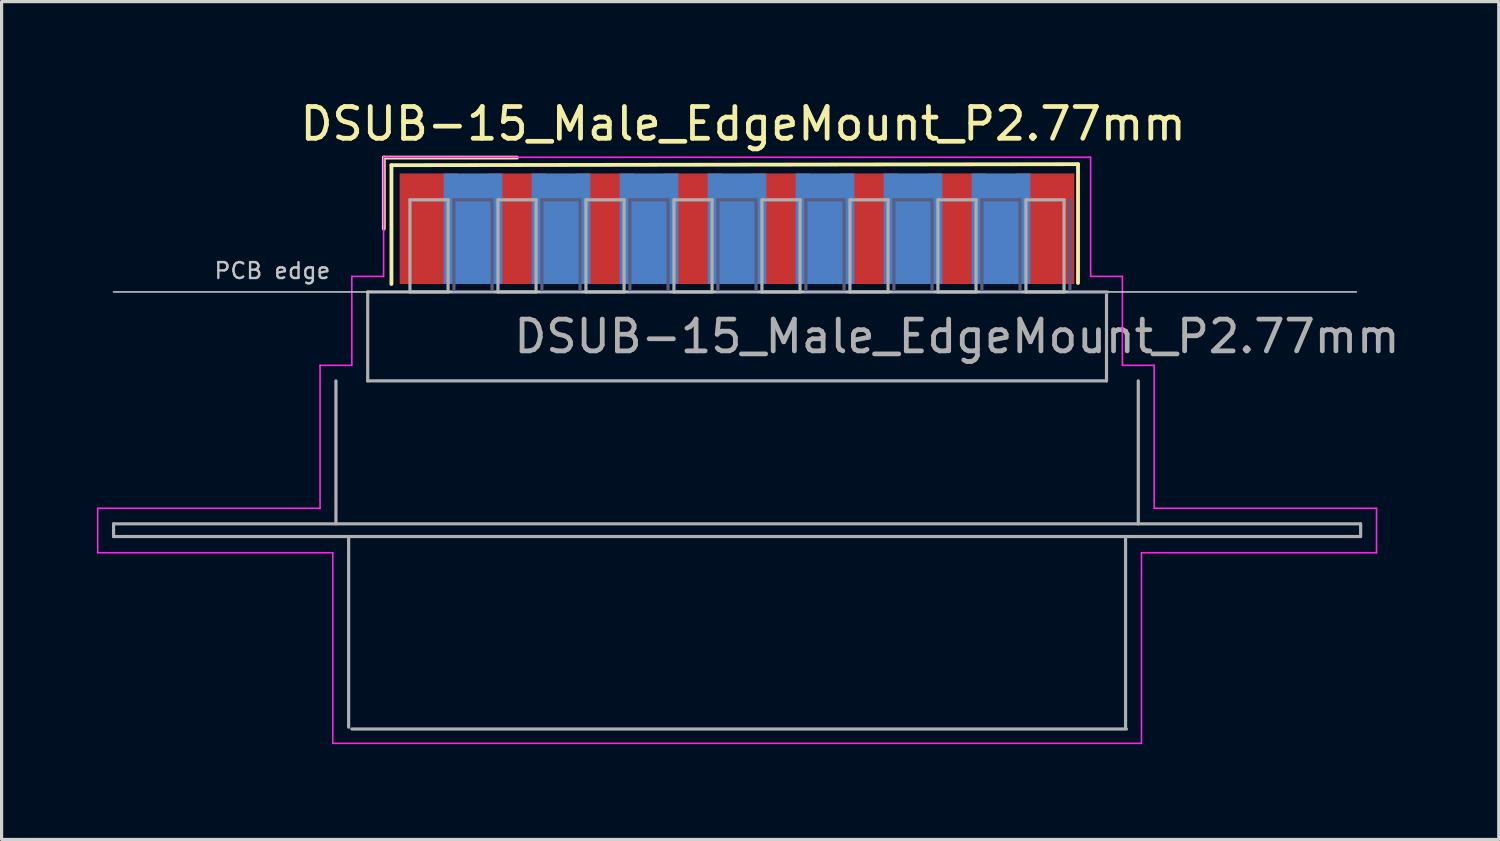
<source format=kicad_pcb>
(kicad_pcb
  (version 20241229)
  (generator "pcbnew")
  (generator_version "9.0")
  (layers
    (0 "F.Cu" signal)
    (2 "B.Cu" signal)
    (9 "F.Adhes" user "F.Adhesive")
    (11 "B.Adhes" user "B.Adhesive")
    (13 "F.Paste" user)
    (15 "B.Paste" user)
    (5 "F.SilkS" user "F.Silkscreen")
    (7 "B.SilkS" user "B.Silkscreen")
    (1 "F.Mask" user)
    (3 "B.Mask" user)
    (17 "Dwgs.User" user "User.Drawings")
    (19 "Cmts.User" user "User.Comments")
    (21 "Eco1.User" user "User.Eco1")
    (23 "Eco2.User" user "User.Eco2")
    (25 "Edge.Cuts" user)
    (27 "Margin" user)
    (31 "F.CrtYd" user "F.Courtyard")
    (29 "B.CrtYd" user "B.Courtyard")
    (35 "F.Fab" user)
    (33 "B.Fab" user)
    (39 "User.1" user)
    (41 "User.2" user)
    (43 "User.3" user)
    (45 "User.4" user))
  (footprint "DSUB-15_Male_EdgeMount_P2.77mm"
    (layer "F.Cu")
    (at 20.09 6.182)
    (property "Reference" "DSUB-15_Male_EdgeMount_P2.77mm" (at 0.254 -5.334 0) (layer "F.SilkS") (effects (font (size 1 1) (thickness 0.15))))
    (attr smd)
    (fp_line (start -11.058 -4.272) (end -6.865 -4.272) (stroke (width 0.12) (type solid)) (layer "F.SilkS"))
    (fp_line (start -11.058 -2.032) (end -11.058 -4.272) (stroke (width 0.12) (type solid)) (layer "F.SilkS"))
    (fp_line (start -10.818 -4.032) (end -10.818 -0.292) (stroke (width 0.12) (type solid)) (layer "F.SilkS"))
    (fp_line (start 10.795 -4.064) (end -10.818 -4.032) (stroke (width 0.12) (type solid)) (layer "F.SilkS"))
    (fp_line (start 10.795 -0.324) (end 10.795 -4.064) (stroke (width 0.12) (type solid)) (layer "F.SilkS"))
    (fp_line (start -19.565 -0.042) (end 19.558 -0.042) (stroke (width 0.05) (type solid)) (layer "Dwgs.User"))
    (fp_line (start -20.065 6.768) (end -13.065 6.768) (stroke (width 0.05) (type solid)) (layer "F.CrtYd"))
    (fp_line (start -20.065 8.168) (end -20.065 6.768) (stroke (width 0.05) (type solid)) (layer "F.CrtYd"))
    (fp_line (start -13.065 2.268) (end -12.065 2.268) (stroke (width 0.05) (type solid)) (layer "F.CrtYd"))
    (fp_line (start -13.065 6.768) (end -13.065 2.268) (stroke (width 0.05) (type solid)) (layer "F.CrtYd"))
    (fp_line (start -12.665 8.168) (end -20.065 8.168) (stroke (width 0.05) (type solid)) (layer "F.CrtYd"))
    (fp_line (start -12.665 14.168) (end -12.665 8.168) (stroke (width 0.05) (type solid)) (layer "F.CrtYd"))
    (fp_line (start -12.665 14.168) (end 12.792 14.168) (stroke (width 0.05) (type solid)) (layer "F.CrtYd"))
    (fp_line (start -12.065 -0.532) (end -11.065 -0.532) (stroke (width 0.05) (type solid)) (layer "F.CrtYd"))
    (fp_line (start -12.065 2.268) (end -12.065 -0.532) (stroke (width 0.05) (type solid)) (layer "F.CrtYd"))
    (fp_line (start -11.065 -4.282) (end 11.192 -4.282) (stroke (width 0.05) (type solid)) (layer "F.CrtYd"))
    (fp_line (start -11.065 -0.532) (end -11.065 -4.282) (stroke (width 0.05) (type solid)) (layer "F.CrtYd"))
    (fp_line (start 11.192 -4.282) (end 11.192 -0.532) (stroke (width 0.05) (type solid)) (layer "F.CrtYd"))
    (fp_line (start 11.192 -0.532) (end 12.192 -0.532) (stroke (width 0.05) (type solid)) (layer "F.CrtYd"))
    (fp_line (start 12.192 -0.532) (end 12.192 2.268) (stroke (width 0.05) (type solid)) (layer "F.CrtYd"))
    (fp_line (start 12.192 2.268) (end 13.192 2.268) (stroke (width 0.05) (type solid)) (layer "F.CrtYd"))
    (fp_line (start 12.792 8.168) (end 12.792 14.168) (stroke (width 0.05) (type solid)) (layer "F.CrtYd"))
    (fp_line (start 13.192 2.268) (end 13.192 6.768) (stroke (width 0.05) (type solid)) (layer "F.CrtYd"))
    (fp_line (start 13.192 6.768) (end 20.192 6.768) (stroke (width 0.05) (type solid)) (layer "F.CrtYd"))
    (fp_line (start 20.192 6.768) (end 20.192 8.168) (stroke (width 0.05) (type solid)) (layer "F.CrtYd"))
    (fp_line (start 20.192 8.168) (end 12.792 8.168) (stroke (width 0.05) (type solid)) (layer "F.CrtYd"))
    (fp_line (start -8.85 -2.942) (end -8.85 -0.042) (stroke (width 0.1) (type solid)) (layer "B.Fab"))
    (fp_line (start -8.85 -0.042) (end -7.65 -0.042) (stroke (width 0.1) (type solid)) (layer "B.Fab"))
    (fp_line (start -7.65 -2.942) (end -8.85 -2.942) (stroke (width 0.1) (type solid)) (layer "B.Fab"))
    (fp_line (start -7.65 -0.042) (end -7.65 -2.942) (stroke (width 0.1) (type solid)) (layer "B.Fab"))
    (fp_line (start -6.08 -2.942) (end -6.08 -0.042) (stroke (width 0.1) (type solid)) (layer "B.Fab"))
    (fp_line (start -6.08 -0.042) (end -4.88 -0.042) (stroke (width 0.1) (type solid)) (layer "B.Fab"))
    (fp_line (start -4.88 -2.942) (end -6.08 -2.942) (stroke (width 0.1) (type solid)) (layer "B.Fab"))
    (fp_line (start -4.88 -0.042) (end -4.88 -2.942) (stroke (width 0.1) (type solid)) (layer "B.Fab"))
    (fp_line (start -3.31 -2.942) (end -3.31 -0.042) (stroke (width 0.1) (type solid)) (layer "B.Fab"))
    (fp_line (start -3.31 -0.042) (end -2.11 -0.042) (stroke (width 0.1) (type solid)) (layer "B.Fab"))
    (fp_line (start -2.11 -2.942) (end -3.31 -2.942) (stroke (width 0.1) (type solid)) (layer "B.Fab"))
    (fp_line (start -2.11 -0.042) (end -2.11 -2.942) (stroke (width 0.1) (type solid)) (layer "B.Fab"))
    (fp_line (start -0.54 -2.942) (end -0.54 -0.042) (stroke (width 0.1) (type solid)) (layer "B.Fab"))
    (fp_line (start -0.54 -0.042) (end 0.66 -0.042) (stroke (width 0.1) (type solid)) (layer "B.Fab"))
    (fp_line (start 0.66 -2.942) (end -0.54 -2.942) (stroke (width 0.1) (type solid)) (layer "B.Fab"))
    (fp_line (start 0.66 -0.042) (end 0.66 -2.942) (stroke (width 0.1) (type solid)) (layer "B.Fab"))
    (fp_line (start 2.23 -2.942) (end 2.23 -0.042) (stroke (width 0.1) (type solid)) (layer "B.Fab"))
    (fp_line (start 2.23 -0.042) (end 3.43 -0.042) (stroke (width 0.1) (type solid)) (layer "B.Fab"))
    (fp_line (start 3.43 -2.942) (end 2.23 -2.942) (stroke (width 0.1) (type solid)) (layer "B.Fab"))
    (fp_line (start 3.43 -0.042) (end 3.43 -2.942) (stroke (width 0.1) (type solid)) (layer "B.Fab"))
    (fp_line (start 5 -2.942) (end 5 -0.042) (stroke (width 0.1) (type solid)) (layer "B.Fab"))
    (fp_line (start 5 -0.042) (end 6.2 -0.042) (stroke (width 0.1) (type solid)) (layer "B.Fab"))
    (fp_line (start 6.2 -2.942) (end 5 -2.942) (stroke (width 0.1) (type solid)) (layer "B.Fab"))
    (fp_line (start 6.2 -0.042) (end 6.2 -2.942) (stroke (width 0.1) (type solid)) (layer "B.Fab"))
    (fp_line (start 7.77 -2.942) (end 7.77 -0.042) (stroke (width 0.1) (type solid)) (layer "B.Fab"))
    (fp_line (start 7.77 -0.042) (end 8.97 -0.042) (stroke (width 0.1) (type solid)) (layer "B.Fab"))
    (fp_line (start 8.97 -2.942) (end 7.77 -2.942) (stroke (width 0.1) (type solid)) (layer "B.Fab"))
    (fp_line (start 8.97 -0.042) (end 8.97 -2.942) (stroke (width 0.1) (type solid)) (layer "B.Fab"))
    (fp_line (start 10.54 -2.942) (end 10.54 -0.042) (stroke (width 0.1) (type solid)) (layer "B.Fab"))
    (fp_line (start 10.54 -0.042) (end 11.74 -0.042) (stroke (width 0.1) (type solid)) (layer "B.Fab"))
    (fp_line (start -19.565 7.258) (end -19.565 7.658) (stroke (width 0.1) (type solid)) (layer "F.Fab"))
    (fp_line (start -12.565 2.758) (end -12.565 7.258) (stroke (width 0.1) (type solid)) (layer "F.Fab"))
    (fp_line (start -12.165 7.658) (end -12.165 13.658) (stroke (width 0.1) (type solid)) (layer "F.Fab"))
    (fp_line (start -11.565 -0.042) (end -11.565 2.758) (stroke (width 0.1) (type solid)) (layer "F.Fab"))
    (fp_line (start -11.565 2.758) (end 11.692 2.758) (stroke (width 0.1) (type solid)) (layer "F.Fab"))
    (fp_line (start -10.235 -2.942) (end -10.235 -0.042) (stroke (width 0.1) (type solid)) (layer "F.Fab"))
    (fp_line (start -10.235 -0.042) (end -9.035 -0.042) (stroke (width 0.1) (type solid)) (layer "F.Fab"))
    (fp_line (start -9.035 -2.942) (end -10.235 -2.942) (stroke (width 0.1) (type solid)) (layer "F.Fab"))
    (fp_line (start -9.035 -0.042) (end -9.035 -2.942) (stroke (width 0.1) (type solid)) (layer "F.Fab"))
    (fp_line (start -7.465 -2.942) (end -7.465 -0.042) (stroke (width 0.1) (type solid)) (layer "F.Fab"))
    (fp_line (start -7.465 -0.042) (end -6.265 -0.042) (stroke (width 0.1) (type solid)) (layer "F.Fab"))
    (fp_line (start -6.265 -2.942) (end -7.465 -2.942) (stroke (width 0.1) (type solid)) (layer "F.Fab"))
    (fp_line (start -6.265 -0.042) (end -6.265 -2.942) (stroke (width 0.1) (type solid)) (layer "F.Fab"))
    (fp_line (start -4.695 -2.942) (end -4.695 -0.042) (stroke (width 0.1) (type solid)) (layer "F.Fab"))
    (fp_line (start -4.695 -0.042) (end -3.495 -0.042) (stroke (width 0.1) (type solid)) (layer "F.Fab"))
    (fp_line (start -3.495 -2.942) (end -4.695 -2.942) (stroke (width 0.1) (type solid)) (layer "F.Fab"))
    (fp_line (start -3.495 -0.042) (end -3.495 -2.942) (stroke (width 0.1) (type solid)) (layer "F.Fab"))
    (fp_line (start -1.925 -2.942) (end -1.925 -0.042) (stroke (width 0.1) (type solid)) (layer "F.Fab"))
    (fp_line (start -1.925 -0.042) (end -0.725 -0.042) (stroke (width 0.1) (type solid)) (layer "F.Fab"))
    (fp_line (start -0.725 -2.942) (end -1.925 -2.942) (stroke (width 0.1) (type solid)) (layer "F.Fab"))
    (fp_line (start -0.725 -0.042) (end -0.725 -2.942) (stroke (width 0.1) (type solid)) (layer "F.Fab"))
    (fp_line (start 0.845 -2.942) (end 0.845 -0.042) (stroke (width 0.1) (type solid)) (layer "F.Fab"))
    (fp_line (start 0.845 -0.042) (end 2.045 -0.042) (stroke (width 0.1) (type solid)) (layer "F.Fab"))
    (fp_line (start 2.045 -2.942) (end 0.845 -2.942) (stroke (width 0.1) (type solid)) (layer "F.Fab"))
    (fp_line (start 2.045 -0.042) (end 2.045 -2.942) (stroke (width 0.1) (type solid)) (layer "F.Fab"))
    (fp_line (start 3.615 -2.942) (end 3.615 -0.042) (stroke (width 0.1) (type solid)) (layer "F.Fab"))
    (fp_line (start 3.615 -0.042) (end 4.815 -0.042) (stroke (width 0.1) (type solid)) (layer "F.Fab"))
    (fp_line (start 4.815 -2.942) (end 3.615 -2.942) (stroke (width 0.1) (type solid)) (layer "F.Fab"))
    (fp_line (start 4.815 -0.042) (end 4.815 -2.942) (stroke (width 0.1) (type solid)) (layer "F.Fab"))
    (fp_line (start 6.385 -2.942) (end 6.385 -0.042) (stroke (width 0.1) (type solid)) (layer "F.Fab"))
    (fp_line (start 6.385 -0.042) (end 7.585 -0.042) (stroke (width 0.1) (type solid)) (layer "F.Fab"))
    (fp_line (start 7.585 -2.942) (end 6.385 -2.942) (stroke (width 0.1) (type solid)) (layer "F.Fab"))
    (fp_line (start 7.585 -0.042) (end 7.585 -2.942) (stroke (width 0.1) (type solid)) (layer "F.Fab"))
    (fp_line (start 9.155 -2.942) (end 9.155 -0.042) (stroke (width 0.1) (type solid)) (layer "F.Fab"))
    (fp_line (start 9.155 -0.042) (end 10.355 -0.042) (stroke (width 0.1) (type solid)) (layer "F.Fab"))
    (fp_line (start 10.355 -2.942) (end 9.155 -2.942) (stroke (width 0.1) (type solid)) (layer "F.Fab"))
    (fp_line (start 10.355 -0.042) (end 10.355 -2.942) (stroke (width 0.1) (type solid)) (layer "F.Fab"))
    (fp_line (start 11.692 -0.042) (end -11.565 -0.042) (stroke (width 0.1) (type solid)) (layer "F.Fab"))
    (fp_line (start 11.692 2.758) (end 11.692 -0.042) (stroke (width 0.1) (type solid)) (layer "F.Fab"))
    (fp_line (start 12.292 13.658) (end 12.292 7.658) (stroke (width 0.1) (type solid)) (layer "F.Fab"))
    (fp_line (start 12.319 13.716) (end -12.065 13.716) (stroke (width 0.1) (type solid)) (layer "F.Fab"))
    (fp_line (start 12.692 7.258) (end 12.692 2.758) (stroke (width 0.1) (type solid)) (layer "F.Fab"))
    (fp_line (start 19.685 7.258) (end -19.565 7.258) (stroke (width 0.1) (type solid)) (layer "F.Fab"))
    (fp_line (start 19.685 7.658) (end -19.565 7.658) (stroke (width 0.1) (type solid)) (layer "F.Fab"))
    (fp_line (start 19.692 7.658) (end 19.692 7.258) (stroke (width 0.1) (type solid)) (layer "F.Fab"))
    (fp_text user "PCB edge" (at -14.565 -0.709 0) (layer "Dwgs.User") (effects (font (size 0.5 0.5) (thickness 0.075))))
    (fp_text user "${REFERENCE}" (at 6.985 1.358 0) (layer "F.Fab") (effects (font (size 1 1) (thickness 0.15))))
    (pad "1" smd rect (at -9.635 -2.032) (size 1.847 3.48) (layers "F.Cu" "F.Mask" "F.Paste"))
    (pad "2" smd rect (at -6.865 -2.032) (size 1.847 3.48) (layers "F.Cu" "F.Mask" "F.Paste"))
    (pad "3" smd rect (at -4.095 -2.032) (size 1.847 3.48) (layers "F.Cu" "F.Mask" "F.Paste"))
    (pad "4" smd rect (at -1.325 -2.032) (size 1.847 3.48) (layers "F.Cu" "F.Mask" "F.Paste"))
    (pad "5" smd rect (at 1.445 -2.032) (size 1.847 3.48) (layers "F.Cu" "F.Mask" "F.Paste"))
    (pad "6" smd rect (at 4.215 -2.032) (size 1.847 3.48) (layers "F.Cu" "F.Mask" "F.Paste"))
    (pad "7" smd rect (at 6.985 -2.032) (size 1.847 3.48) (layers "F.Cu" "F.Mask" "F.Paste"))
    (pad "8" smd rect (at 9.755 -2.032) (size 1.847 3.48) (layers "F.Cu" "F.Mask" "F.Paste"))
    (pad "9" smd rect (at -8.25 -2.032) (size 1.847 3.48) (layers "B.Cu" "B.Mask" "B.Paste"))
    (pad "10" smd rect (at -5.48 -2.032) (size 1.847 3.48) (layers "B.Cu" "B.Mask" "B.Paste"))
    (pad "11" smd rect (at -2.71 -2.032) (size 1.847 3.48) (layers "B.Cu" "B.Mask" "B.Paste"))
    (pad "12" smd rect (at 0.06 -2.032) (size 1.847 3.48) (layers "B.Cu" "B.Mask" "B.Paste"))
    (pad "13" smd rect (at 2.83 -2.032) (size 1.847 3.48) (layers "B.Cu" "B.Mask" "B.Paste"))
    (pad "14" smd rect (at 5.6 -2.032) (size 1.847 3.48) (layers "B.Cu" "B.Mask" "B.Paste"))
    (pad "15" smd rect (at 8.37 -2.032) (size 1.847 3.48) (layers "B.Cu" "B.Mask" "B.Paste")))
  (gr_rect
    (start -3 -3)
    (end 44.129 23.375)
    (stroke (width 0.1) (type default))
    (fill no)
    (layer "Edge.Cuts")))
</source>
